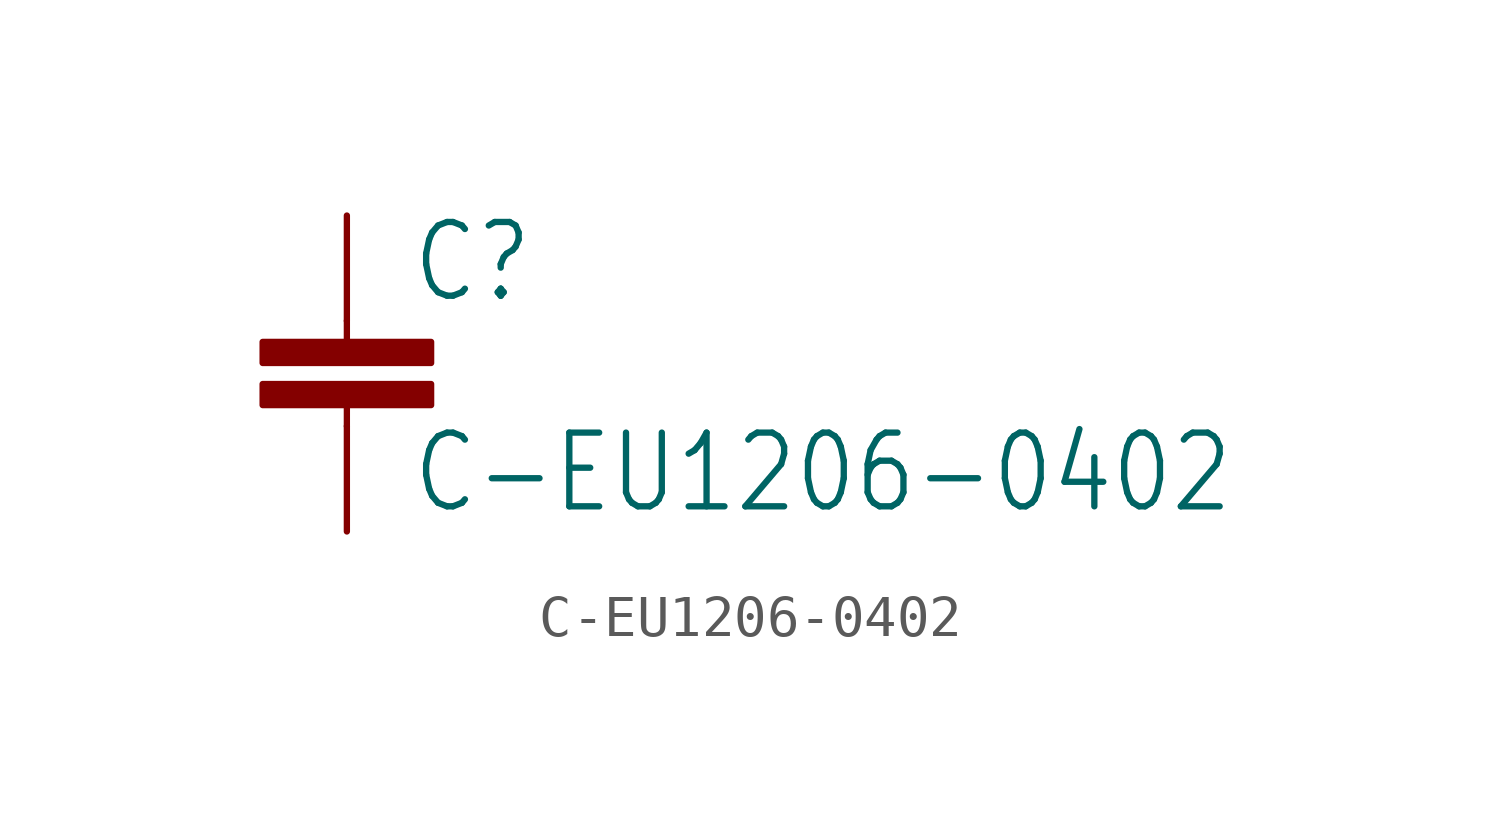
<source format=kicad_sym>
(kicad_symbol_lib
  (version 20210619)
  (generator kicad_symbol_editor)
  (symbol "C-EU1206-0402"
    (property "Reference" "C"
      (at 1.524 0.381 0)
      (effects (font (size 1.778 1.511)) (justify left bottom)))
    (property "Value" "C-EU1206-0402"
      (at 1.524 -4.699 0)
      (effects (font (size 1.778 1.511)) (justify left bottom)))
    (property "ki_locked" ""
      (at 0 0 0)
      (effects (font (size 1.27 1.27))))
    (symbol "C-EU1206-0402_1_0"
      (rectangle (start -2.032 -2.032) (end 2.032 -1.524) (stroke (width 0)) (fill (type outline)))
      (rectangle (start -2.032 -1.016) (end 2.032 -0.508) (stroke (width 0)) (fill (type outline)))
      (polyline (pts (xy 0 -2.54) (xy 0 -2.032)) (stroke (width 0.152)) (fill (type none)))
      (polyline (pts (xy 0 0) (xy 0 -0.508)) (stroke (width 0.152)) (fill (type none)))
      (pin passive line (at 0 2.54 270) (length 2.54) (name "1" (effects (font (size 0 0)))) (number "1" (effects (font (size 0 0)))))
      (pin passive line (at 0 -5.08 90) (length 2.54) (name "2" (effects (font (size 0 0)))) (number "2" (effects (font (size 0 0))))))))
</source>
